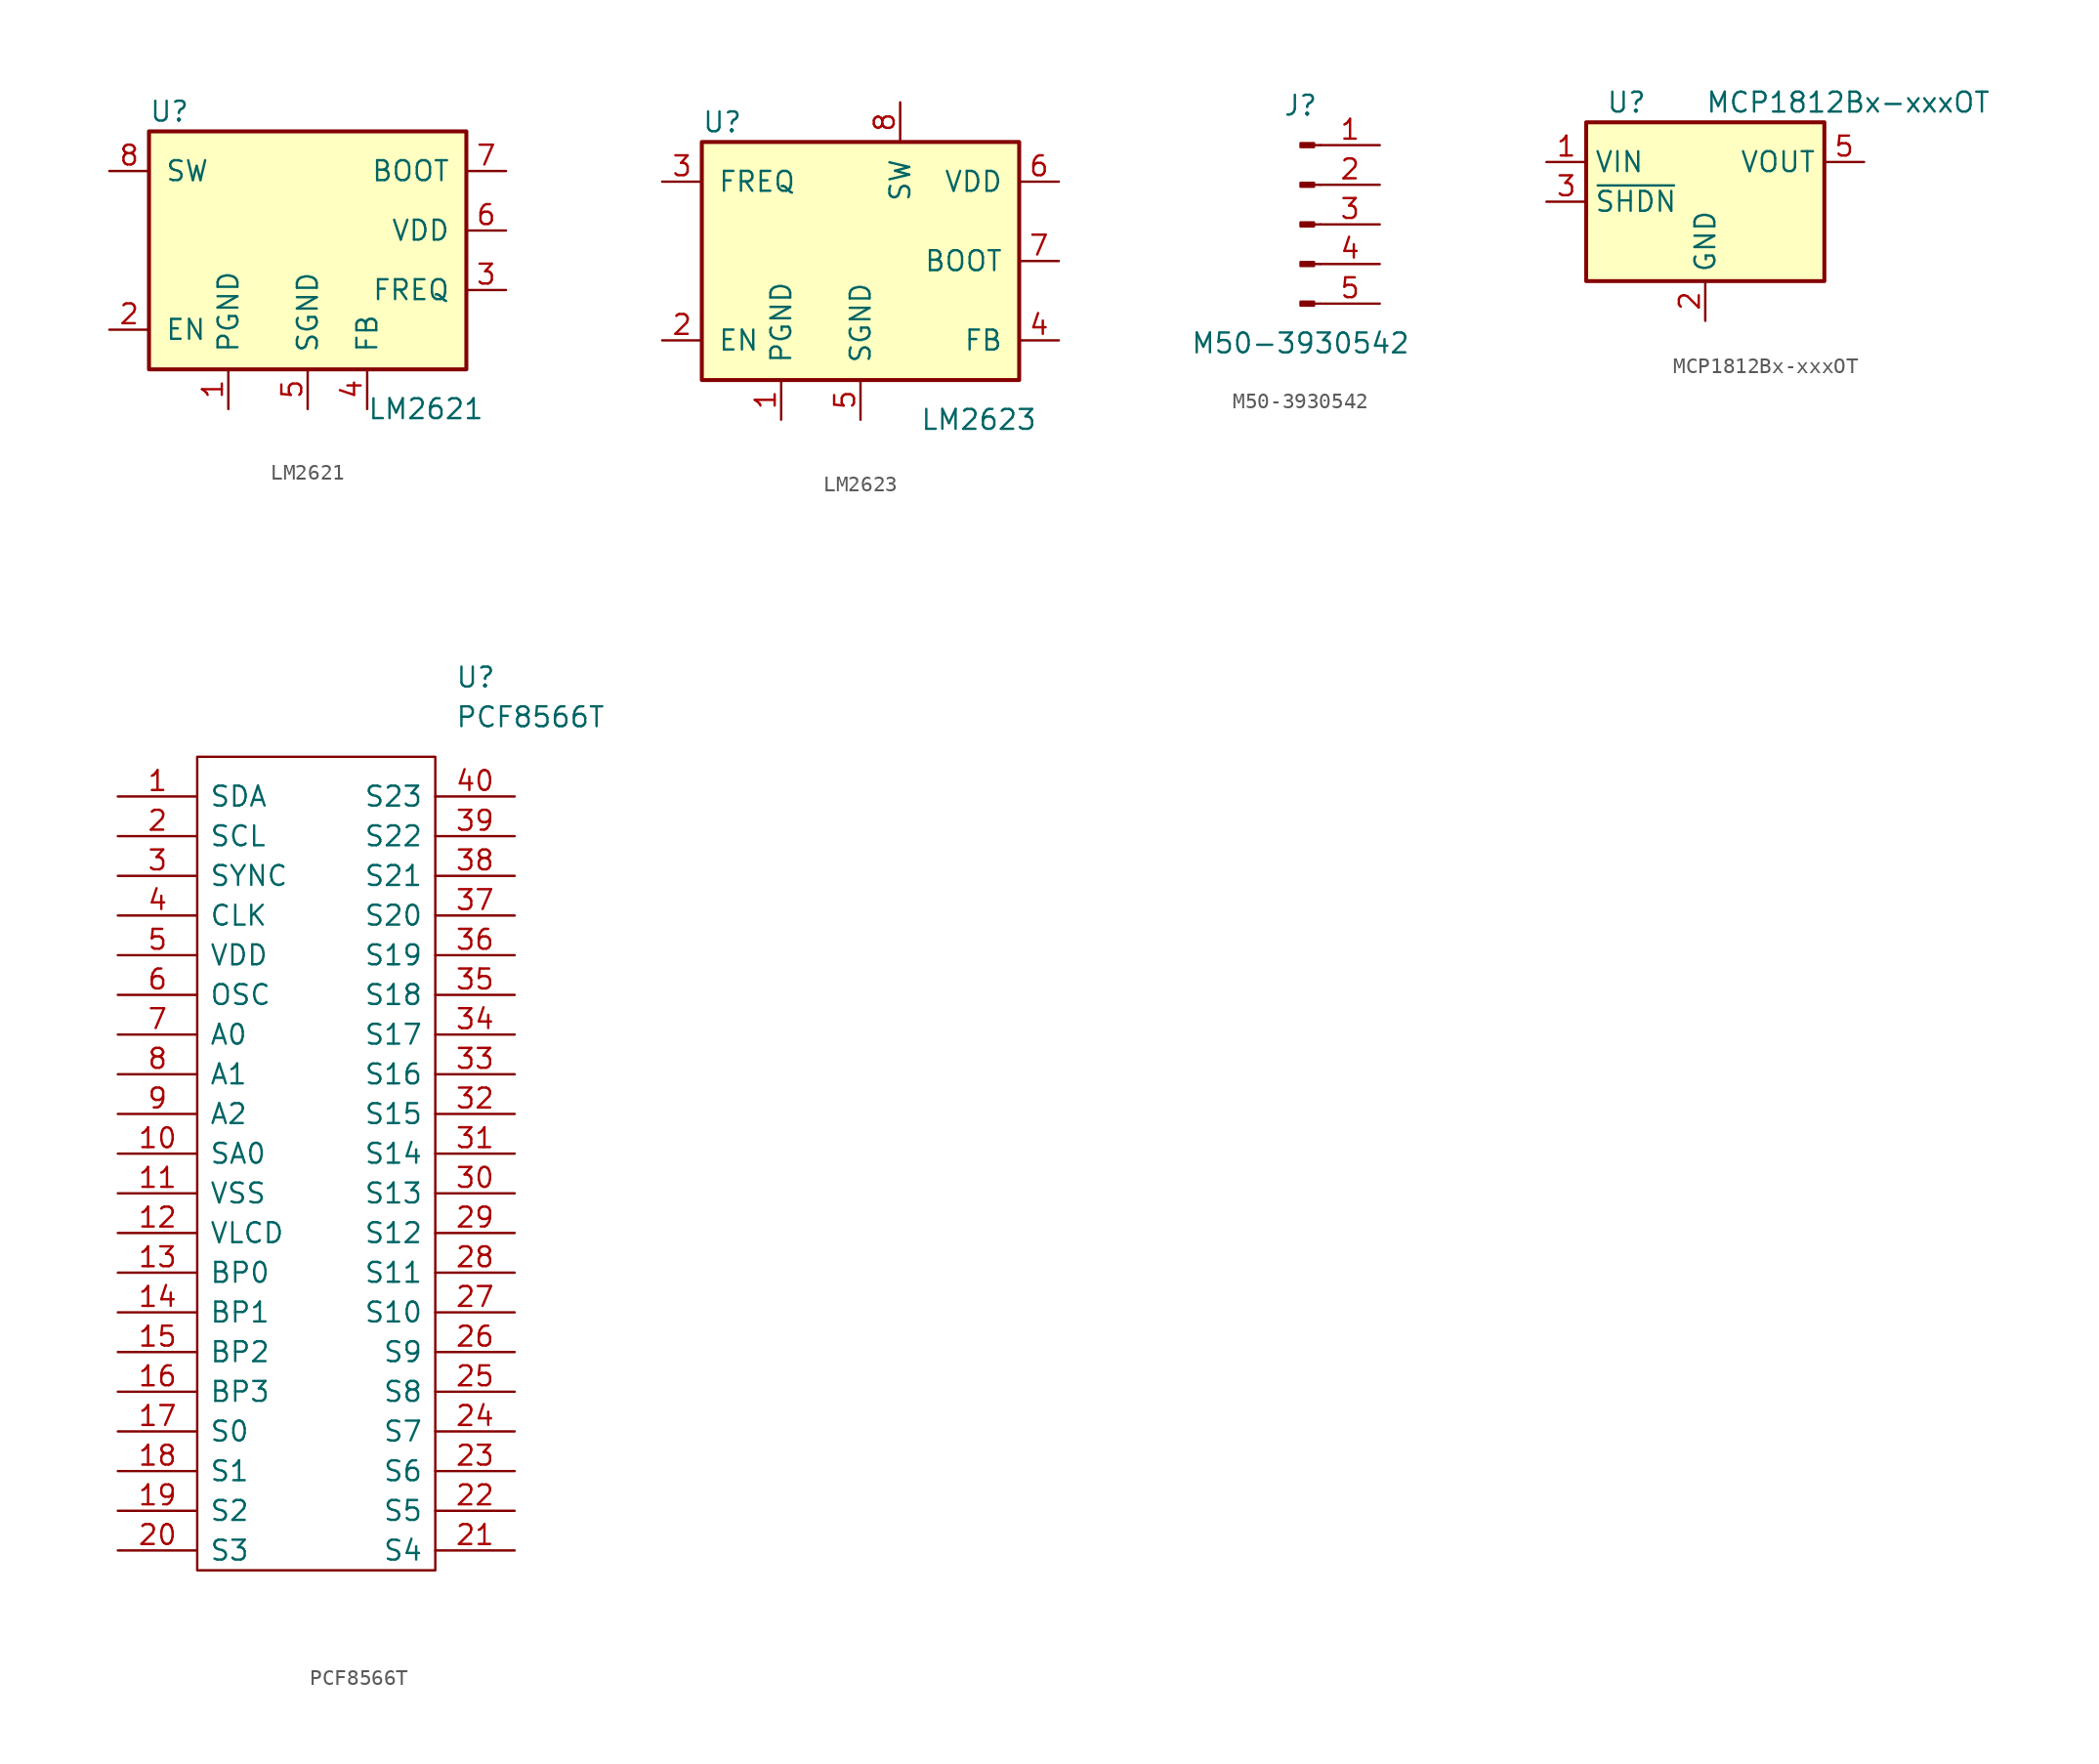
<source format=kicad_sym>
(kicad_symbol_lib
  (version 20211014)
  (generator kicad_symbol_editor)
  (symbol "LM2621"
    (pin_names
      (offset 1.016))
    (property "Reference" "U"
      (at -10.16 8.89 0)
      (effects (font (size 1.27 1.27)) (justify left)))
    (property "Value" "LM2621"
      (at 3.81 -10.16 0)
      (effects (font (size 1.27 1.27)) (justify left)))
    (symbol "LM2621_0_1"
      (rectangle (start -10.16 7.62) (end 10.16 -7.62) (stroke (width 0.254) (type default) (color 0 0 0 0)) (fill (type background))))
    (symbol "LM2621_1_1"
      (pin power_in line (at -5.08 -10.16 90) (length 2.54) (name "PGND" (effects (font (size 1.27 1.27)))) (number "1" (effects (font (size 1.27 1.27)))))
      (pin input line (at -12.7 -5.08 0) (length 2.54) (name "EN" (effects (font (size 1.27 1.27)))) (number "2" (effects (font (size 1.27 1.27)))))
      (pin bidirectional line (at 12.7 -2.54 180) (length 2.54) (name "FREQ" (effects (font (size 1.27 1.27)))) (number "3" (effects (font (size 1.27 1.27)))))
      (pin input line (at 3.81 -10.16 90) (length 2.54) (name "FB" (effects (font (size 1.27 1.27)))) (number "4" (effects (font (size 1.27 1.27)))))
      (pin power_in line (at 0 -10.16 90) (length 2.54) (name "SGND" (effects (font (size 1.27 1.27)))) (number "5" (effects (font (size 1.27 1.27)))))
      (pin bidirectional line (at 12.7 1.27 180) (length 2.54) (name "VDD" (effects (font (size 1.27 1.27)))) (number "6" (effects (font (size 1.27 1.27)))))
      (pin input line (at 12.7 5.08 180) (length 2.54) (name "BOOT" (effects (font (size 1.27 1.27)))) (number "7" (effects (font (size 1.27 1.27)))))
      (pin bidirectional line (at -12.7 5.08 0) (length 2.54) (name "SW" (effects (font (size 1.27 1.27)))) (number "8" (effects (font (size 1.27 1.27)))))))
  (symbol "LM2623"
    (pin_names
      (offset 1.016))
    (property "Reference" "U"
      (at -10.16 8.89 0)
      (effects (font (size 1.27 1.27)) (justify left)))
    (property "Value" "LM2623"
      (at 3.81 -10.16 0)
      (effects (font (size 1.27 1.27)) (justify left)))
    (symbol "LM2623_0_1"
      (rectangle (start -10.16 7.62) (end 10.16 -7.62) (stroke (width 0.254) (type default) (color 0 0 0 0)) (fill (type background))))
    (symbol "LM2623_1_1"
      (pin power_in line (at -5.08 -10.16 90) (length 2.54) (name "PGND" (effects (font (size 1.27 1.27)))) (number "1" (effects (font (size 1.27 1.27)))))
      (pin input line (at -12.7 -5.08 0) (length 2.54) (name "EN" (effects (font (size 1.27 1.27)))) (number "2" (effects (font (size 1.27 1.27)))))
      (pin bidirectional line (at -12.7 5.08 0) (length 2.54) (name "FREQ" (effects (font (size 1.27 1.27)))) (number "3" (effects (font (size 1.27 1.27)))))
      (pin input line (at 12.7 -5.08 180) (length 2.54) (name "FB" (effects (font (size 1.27 1.27)))) (number "4" (effects (font (size 1.27 1.27)))))
      (pin power_in line (at 0 -10.16 90) (length 2.54) (name "SGND" (effects (font (size 1.27 1.27)))) (number "5" (effects (font (size 1.27 1.27)))))
      (pin bidirectional line (at 12.7 5.08 180) (length 2.54) (name "VDD" (effects (font (size 1.27 1.27)))) (number "6" (effects (font (size 1.27 1.27)))))
      (pin input line (at 12.7 0 180) (length 2.54) (name "BOOT" (effects (font (size 1.27 1.27)))) (number "7" (effects (font (size 1.27 1.27)))))
      (pin bidirectional line (at 2.54 10.16 270) (length 2.54) (name "SW" (effects (font (size 1.27 1.27)))) (number "8" (effects (font (size 1.27 1.27)))))))
  (symbol "M50-3930542"
    (pin_names
      (offset 1.016) hide)
    (property "Reference" "J"
      (at 0 7.62 0)
      (effects (font (size 1.27 1.27))))
    (property "Value" "M50-3930542"
      (at 0 -7.62 0)
      (effects (font (size 1.27 1.27))))
    (symbol "M50-3930542_1_1"
      (polyline (pts (xy 1.27 -5.08) (xy 0.864 -5.08)) (stroke (width 0.152) (type default) (color 0 0 0 0)) (fill (type none)))
      (polyline (pts (xy 1.27 -2.54) (xy 0.864 -2.54)) (stroke (width 0.152) (type default) (color 0 0 0 0)) (fill (type none)))
      (polyline (pts (xy 1.27 0) (xy 0.864 0)) (stroke (width 0.152) (type default) (color 0 0 0 0)) (fill (type none)))
      (polyline (pts (xy 1.27 2.54) (xy 0.864 2.54)) (stroke (width 0.152) (type default) (color 0 0 0 0)) (fill (type none)))
      (polyline (pts (xy 1.27 5.08) (xy 0.864 5.08)) (stroke (width 0.152) (type default) (color 0 0 0 0)) (fill (type none)))
      (rectangle (start 0.864 -4.953) (end 0 -5.207) (stroke (width 0.152) (type default) (color 0 0 0 0)) (fill (type outline)))
      (rectangle (start 0.864 -2.413) (end 0 -2.667) (stroke (width 0.152) (type default) (color 0 0 0 0)) (fill (type outline)))
      (rectangle (start 0.864 0.127) (end 0 -0.127) (stroke (width 0.152) (type default) (color 0 0 0 0)) (fill (type outline)))
      (rectangle (start 0.864 2.667) (end 0 2.413) (stroke (width 0.152) (type default) (color 0 0 0 0)) (fill (type outline)))
      (rectangle (start 0.864 5.207) (end 0 4.953) (stroke (width 0.152) (type default) (color 0 0 0 0)) (fill (type outline)))
      (pin passive line (at 5.08 5.08 180) (length 3.81) (name "Pin_1" (effects (font (size 1.27 1.27)))) (number "1" (effects (font (size 1.27 1.27)))))
      (pin passive line (at 5.08 2.54 180) (length 3.81) (name "Pin_2" (effects (font (size 1.27 1.27)))) (number "2" (effects (font (size 1.27 1.27)))))
      (pin passive line (at 5.08 0 180) (length 3.81) (name "Pin_3" (effects (font (size 1.27 1.27)))) (number "3" (effects (font (size 1.27 1.27)))))
      (pin passive line (at 5.08 -2.54 180) (length 3.81) (name "Pin_4" (effects (font (size 1.27 1.27)))) (number "4" (effects (font (size 1.27 1.27)))))
      (pin passive line (at 5.08 -5.08 180) (length 3.81) (name "Pin_5" (effects (font (size 1.27 1.27)))) (number "5" (effects (font (size 1.27 1.27)))))))
  (symbol "MCP1812Bx-xxxOT"
    (property "Reference" "U"
      (at -6.35 6.35 0)
      (effects (font (size 1.27 1.27)) (justify left)))
    (property "Value" "MCP1812Bx-xxxOT"
      (at 0 6.35 0)
      (effects (font (size 1.27 1.27)) (justify left)))
    (symbol "MCP1812Bx-xxxOT_0_1"
      (rectangle (start -7.62 5.08) (end 7.62 -5.08) (stroke (width 0.254) (type default) (color 0 0 0 0)) (fill (type background))))
    (symbol "MCP1812Bx-xxxOT_1_1"
      (pin power_in line (at -10.16 2.54 0) (length 2.54) (name "VIN" (effects (font (size 1.27 1.27)))) (number "1" (effects (font (size 1.27 1.27)))))
      (pin power_in line (at 0 -7.62 90) (length 2.54) (name "GND" (effects (font (size 1.27 1.27)))) (number "2" (effects (font (size 1.27 1.27)))))
      (pin input line (at -10.16 0 0) (length 2.54) (name "~{SHDN}" (effects (font (size 1.27 1.27)))) (number "3" (effects (font (size 1.27 1.27)))))
      (pin no_connect line (at 7.62 0 180) (length 2.54) hide (name "NC" (effects (font (size 1.27 1.27)))) (number "4" (effects (font (size 1.27 1.27)))))
      (pin power_out line (at 10.16 2.54 180) (length 2.54) (name "VOUT" (effects (font (size 1.27 1.27)))) (number "5" (effects (font (size 1.27 1.27)))))))
  (symbol "PCF8566T"
    (pin_names
      (offset 0.762))
    (property "Reference" "U"
      (at 21.59 7.62 0)
      (effects (font (size 1.27 1.27)) (justify left)))
    (property "Value" "PCF8566T"
      (at 21.59 5.08 0)
      (effects (font (size 1.27 1.27)) (justify left)))
    (symbol "PCF8566T_0_0"
      (pin bidirectional line (at 0 0 0) (length 5.08) (name "SDA" (effects (font (size 1.27 1.27)))) (number "1" (effects (font (size 1.27 1.27)))))
      (pin input line (at 0 -22.86 0) (length 5.08) (name "SA0" (effects (font (size 1.27 1.27)))) (number "10" (effects (font (size 1.27 1.27)))))
      (pin power_in line (at 0 -25.4 0) (length 5.08) (name "VSS" (effects (font (size 1.27 1.27)))) (number "11" (effects (font (size 1.27 1.27)))))
      (pin power_in line (at 0 -27.94 0) (length 5.08) (name "VLCD" (effects (font (size 1.27 1.27)))) (number "12" (effects (font (size 1.27 1.27)))))
      (pin bidirectional line (at 0 -2.54 0) (length 5.08) (name "SCL" (effects (font (size 1.27 1.27)))) (number "2" (effects (font (size 1.27 1.27)))))
      (pin output line (at 25.4 -27.94 180) (length 5.08) (name "S12" (effects (font (size 1.27 1.27)))) (number "29" (effects (font (size 1.27 1.27)))))
      (pin bidirectional line (at 0 -5.08 0) (length 5.08) (name "SYNC" (effects (font (size 1.27 1.27)))) (number "3" (effects (font (size 1.27 1.27)))))
      (pin output line (at 25.4 -25.4 180) (length 5.08) (name "S13" (effects (font (size 1.27 1.27)))) (number "30" (effects (font (size 1.27 1.27)))))
      (pin output line (at 25.4 -22.86 180) (length 5.08) (name "S14" (effects (font (size 1.27 1.27)))) (number "31" (effects (font (size 1.27 1.27)))))
      (pin output line (at 25.4 -20.32 180) (length 5.08) (name "S15" (effects (font (size 1.27 1.27)))) (number "32" (effects (font (size 1.27 1.27)))))
      (pin output line (at 25.4 -17.78 180) (length 5.08) (name "S16" (effects (font (size 1.27 1.27)))) (number "33" (effects (font (size 1.27 1.27)))))
      (pin output line (at 25.4 -15.24 180) (length 5.08) (name "S17" (effects (font (size 1.27 1.27)))) (number "34" (effects (font (size 1.27 1.27)))))
      (pin output line (at 25.4 -12.7 180) (length 5.08) (name "S18" (effects (font (size 1.27 1.27)))) (number "35" (effects (font (size 1.27 1.27)))))
      (pin output line (at 25.4 -10.16 180) (length 5.08) (name "S19" (effects (font (size 1.27 1.27)))) (number "36" (effects (font (size 1.27 1.27)))))
      (pin output line (at 25.4 -7.62 180) (length 5.08) (name "S20" (effects (font (size 1.27 1.27)))) (number "37" (effects (font (size 1.27 1.27)))))
      (pin output line (at 25.4 -5.08 180) (length 5.08) (name "S21" (effects (font (size 1.27 1.27)))) (number "38" (effects (font (size 1.27 1.27)))))
      (pin output line (at 25.4 -2.54 180) (length 5.08) (name "S22" (effects (font (size 1.27 1.27)))) (number "39" (effects (font (size 1.27 1.27)))))
      (pin bidirectional line (at 0 -7.62 0) (length 5.08) (name "CLK" (effects (font (size 1.27 1.27)))) (number "4" (effects (font (size 1.27 1.27)))))
      (pin output line (at 25.4 0 180) (length 5.08) (name "S23" (effects (font (size 1.27 1.27)))) (number "40" (effects (font (size 1.27 1.27)))))
      (pin power_in line (at 0 -10.16 0) (length 5.08) (name "VDD" (effects (font (size 1.27 1.27)))) (number "5" (effects (font (size 1.27 1.27)))))
      (pin input line (at 0 -12.7 0) (length 5.08) (name "OSC" (effects (font (size 1.27 1.27)))) (number "6" (effects (font (size 1.27 1.27)))))
      (pin input line (at 0 -15.24 0) (length 5.08) (name "A0" (effects (font (size 1.27 1.27)))) (number "7" (effects (font (size 1.27 1.27)))))
      (pin input line (at 0 -17.78 0) (length 5.08) (name "A1" (effects (font (size 1.27 1.27)))) (number "8" (effects (font (size 1.27 1.27)))))
      (pin input line (at 0 -20.32 0) (length 5.08) (name "A2" (effects (font (size 1.27 1.27)))) (number "9" (effects (font (size 1.27 1.27))))))
    (symbol "PCF8566T_0_1"
      (polyline (pts (xy 5.08 2.54) (xy 20.32 2.54) (xy 20.32 -49.53) (xy 11.43 -49.53) (xy 5.08 -49.53) (xy 5.08 2.54)) (stroke (width 0.152) (type default) (color 0 0 0 0)) (fill (type none))))
    (symbol "PCF8566T_1_1"
      (pin output line (at 0 -30.48 0) (length 5.08) (name "BP0" (effects (font (size 1.27 1.27)))) (number "13" (effects (font (size 1.27 1.27)))))
      (pin output line (at 0 -33.02 0) (length 5.08) (name "BP1" (effects (font (size 1.27 1.27)))) (number "14" (effects (font (size 1.27 1.27)))))
      (pin output line (at 0 -35.56 0) (length 5.08) (name "BP2" (effects (font (size 1.27 1.27)))) (number "15" (effects (font (size 1.27 1.27)))))
      (pin output line (at 0 -38.1 0) (length 5.08) (name "BP3" (effects (font (size 1.27 1.27)))) (number "16" (effects (font (size 1.27 1.27)))))
      (pin output line (at 0 -40.64 0) (length 5.08) (name "S0" (effects (font (size 1.27 1.27)))) (number "17" (effects (font (size 1.27 1.27)))))
      (pin output line (at 0 -43.18 0) (length 5.08) (name "S1" (effects (font (size 1.27 1.27)))) (number "18" (effects (font (size 1.27 1.27)))))
      (pin output line (at 0 -45.72 0) (length 5.08) (name "S2" (effects (font (size 1.27 1.27)))) (number "19" (effects (font (size 1.27 1.27)))))
      (pin output line (at 0 -48.26 0) (length 5.08) (name "S3" (effects (font (size 1.27 1.27)))) (number "20" (effects (font (size 1.27 1.27)))))
      (pin output line (at 25.4 -48.26 180) (length 5.08) (name "S4" (effects (font (size 1.27 1.27)))) (number "21" (effects (font (size 1.27 1.27)))))
      (pin output line (at 25.4 -45.72 180) (length 5.08) (name "S5" (effects (font (size 1.27 1.27)))) (number "22" (effects (font (size 1.27 1.27)))))
      (pin output line (at 25.4 -43.18 180) (length 5.08) (name "S6" (effects (font (size 1.27 1.27)))) (number "23" (effects (font (size 1.27 1.27)))))
      (pin output line (at 25.4 -40.64 180) (length 5.08) (name "S7" (effects (font (size 1.27 1.27)))) (number "24" (effects (font (size 1.27 1.27)))))
      (pin output line (at 25.4 -38.1 180) (length 5.08) (name "S8" (effects (font (size 1.27 1.27)))) (number "25" (effects (font (size 1.27 1.27)))))
      (pin output line (at 25.4 -35.56 180) (length 5.08) (name "S9" (effects (font (size 1.27 1.27)))) (number "26" (effects (font (size 1.27 1.27)))))
      (pin output line (at 25.4 -33.02 180) (length 5.08) (name "S10" (effects (font (size 1.27 1.27)))) (number "27" (effects (font (size 1.27 1.27)))))
      (pin output line (at 25.4 -30.48 180) (length 5.08) (name "S11" (effects (font (size 1.27 1.27)))) (number "28" (effects (font (size 1.27 1.27))))))))
</source>
